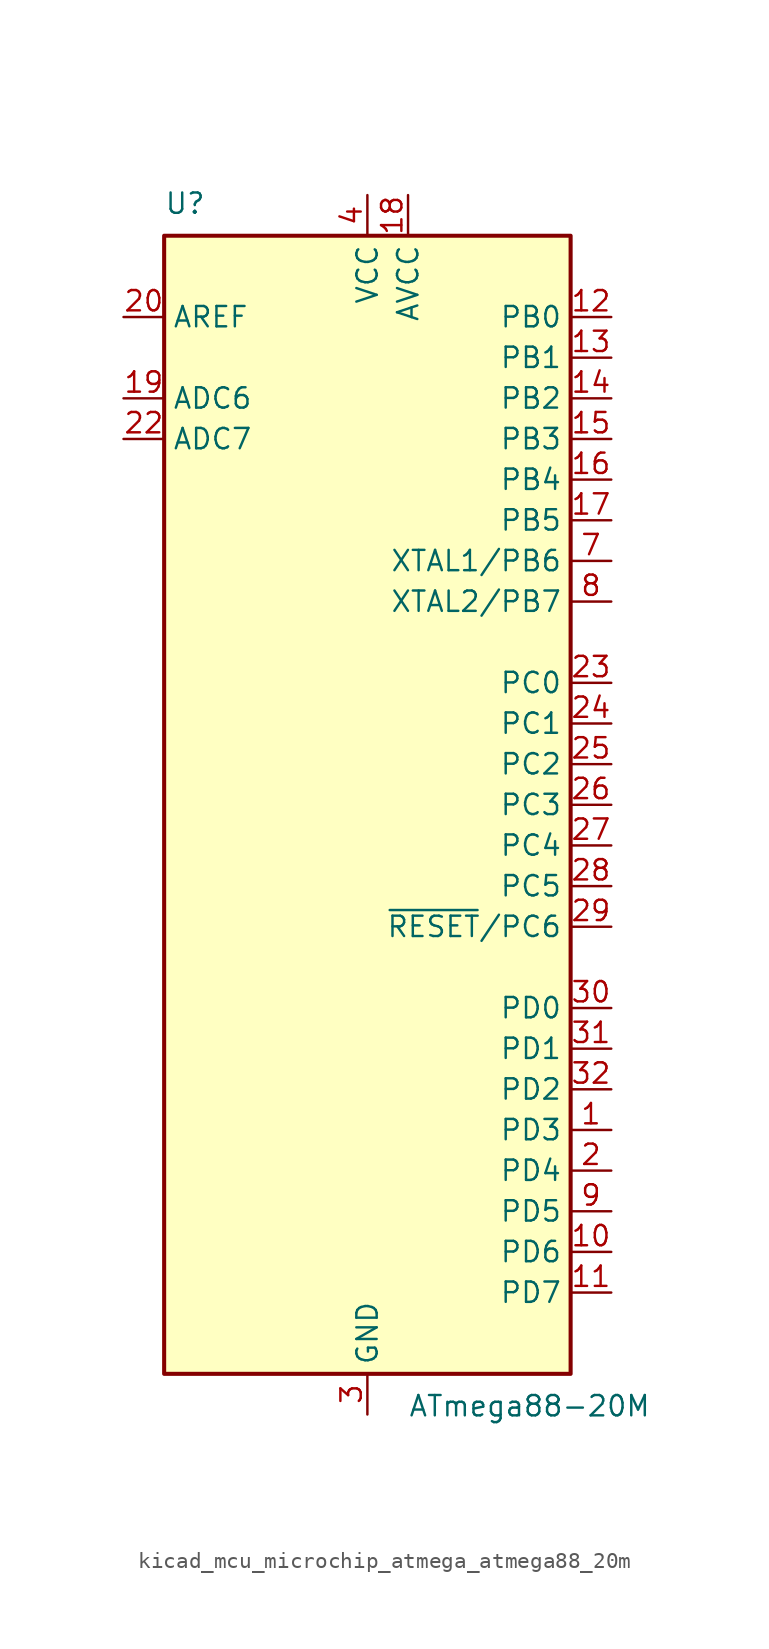
<source format=kicad_sym>
(kicad_symbol_lib
  (version 20220914)
  (generator kicad_symbol_editor)
  (symbol "kicad_mcu_microchip_atmega_atmega88_20m"
    (property "Reference" "U"
      (at -12.7 36.83 0)
      (effects (font (size 1.27 1.27)) (justify left bottom)))
    (property "Value" "ATmega88-20M"
      (at 2.54 -36.83 0)
      (effects (font (size 1.27 1.27)) (justify left top)))
    (symbol "kicad_mcu_microchip_atmega_atmega88_20m_0_1"
      (rectangle (start -12.7 -35.56) (end 12.7 35.56) (stroke (width 0.254) (type default)) (fill (type background))))
    (symbol "kicad_mcu_microchip_atmega_atmega88_20m_1_1"
      (pin bidirectional line (at 15.24 -20.32 180) (length 2.54) (name "PD3" (effects (font (size 1.27 1.27)))) (number "1" (effects (font (size 1.27 1.27)))))
      (pin bidirectional line (at 15.24 -27.94 180) (length 2.54) (name "PD6" (effects (font (size 1.27 1.27)))) (number "10" (effects (font (size 1.27 1.27)))))
      (pin bidirectional line (at 15.24 -30.48 180) (length 2.54) (name "PD7" (effects (font (size 1.27 1.27)))) (number "11" (effects (font (size 1.27 1.27)))))
      (pin bidirectional line (at 15.24 30.48 180) (length 2.54) (name "PB0" (effects (font (size 1.27 1.27)))) (number "12" (effects (font (size 1.27 1.27)))))
      (pin bidirectional line (at 15.24 27.94 180) (length 2.54) (name "PB1" (effects (font (size 1.27 1.27)))) (number "13" (effects (font (size 1.27 1.27)))))
      (pin bidirectional line (at 15.24 25.4 180) (length 2.54) (name "PB2" (effects (font (size 1.27 1.27)))) (number "14" (effects (font (size 1.27 1.27)))))
      (pin bidirectional line (at 15.24 22.86 180) (length 2.54) (name "PB3" (effects (font (size 1.27 1.27)))) (number "15" (effects (font (size 1.27 1.27)))))
      (pin bidirectional line (at 15.24 20.32 180) (length 2.54) (name "PB4" (effects (font (size 1.27 1.27)))) (number "16" (effects (font (size 1.27 1.27)))))
      (pin bidirectional line (at 15.24 17.78 180) (length 2.54) (name "PB5" (effects (font (size 1.27 1.27)))) (number "17" (effects (font (size 1.27 1.27)))))
      (pin power_in line (at 2.54 38.1 270) (length 2.54) (name "AVCC" (effects (font (size 1.27 1.27)))) (number "18" (effects (font (size 1.27 1.27)))))
      (pin input line (at -15.24 25.4 0) (length 2.54) (name "ADC6" (effects (font (size 1.27 1.27)))) (number "19" (effects (font (size 1.27 1.27)))))
      (pin bidirectional line (at 15.24 -22.86 180) (length 2.54) (name "PD4" (effects (font (size 1.27 1.27)))) (number "2" (effects (font (size 1.27 1.27)))))
      (pin passive line (at -15.24 30.48 0) (length 2.54) (name "AREF" (effects (font (size 1.27 1.27)))) (number "20" (effects (font (size 1.27 1.27)))))
      (pin passive line (at 0 -38.1 90) (length 2.54) hide (name "GND" (effects (font (size 1.27 1.27)))) (number "21" (effects (font (size 1.27 1.27)))))
      (pin input line (at -15.24 22.86 0) (length 2.54) (name "ADC7" (effects (font (size 1.27 1.27)))) (number "22" (effects (font (size 1.27 1.27)))))
      (pin bidirectional line (at 15.24 7.62 180) (length 2.54) (name "PC0" (effects (font (size 1.27 1.27)))) (number "23" (effects (font (size 1.27 1.27)))))
      (pin bidirectional line (at 15.24 5.08 180) (length 2.54) (name "PC1" (effects (font (size 1.27 1.27)))) (number "24" (effects (font (size 1.27 1.27)))))
      (pin bidirectional line (at 15.24 2.54 180) (length 2.54) (name "PC2" (effects (font (size 1.27 1.27)))) (number "25" (effects (font (size 1.27 1.27)))))
      (pin bidirectional line (at 15.24 0 180) (length 2.54) (name "PC3" (effects (font (size 1.27 1.27)))) (number "26" (effects (font (size 1.27 1.27)))))
      (pin bidirectional line (at 15.24 -2.54 180) (length 2.54) (name "PC4" (effects (font (size 1.27 1.27)))) (number "27" (effects (font (size 1.27 1.27)))))
      (pin bidirectional line (at 15.24 -5.08 180) (length 2.54) (name "PC5" (effects (font (size 1.27 1.27)))) (number "28" (effects (font (size 1.27 1.27)))))
      (pin bidirectional line (at 15.24 -7.62 180) (length 2.54) (name "~{RESET}/PC6" (effects (font (size 1.27 1.27)))) (number "29" (effects (font (size 1.27 1.27)))))
      (pin power_in line (at 0 -38.1 90) (length 2.54) (name "GND" (effects (font (size 1.27 1.27)))) (number "3" (effects (font (size 1.27 1.27)))))
      (pin bidirectional line (at 15.24 -12.7 180) (length 2.54) (name "PD0" (effects (font (size 1.27 1.27)))) (number "30" (effects (font (size 1.27 1.27)))))
      (pin bidirectional line (at 15.24 -15.24 180) (length 2.54) (name "PD1" (effects (font (size 1.27 1.27)))) (number "31" (effects (font (size 1.27 1.27)))))
      (pin bidirectional line (at 15.24 -17.78 180) (length 2.54) (name "PD2" (effects (font (size 1.27 1.27)))) (number "32" (effects (font (size 1.27 1.27)))))
      (pin passive line (at 0 -38.1 90) (length 2.54) hide (name "GND" (effects (font (size 1.27 1.27)))) (number "33" (effects (font (size 1.27 1.27)))))
      (pin power_in line (at 0 38.1 270) (length 2.54) (name "VCC" (effects (font (size 1.27 1.27)))) (number "4" (effects (font (size 1.27 1.27)))))
      (pin passive line (at 0 -38.1 90) (length 2.54) hide (name "GND" (effects (font (size 1.27 1.27)))) (number "5" (effects (font (size 1.27 1.27)))))
      (pin passive line (at 0 38.1 270) (length 2.54) hide (name "VCC" (effects (font (size 1.27 1.27)))) (number "6" (effects (font (size 1.27 1.27)))))
      (pin bidirectional line (at 15.24 15.24 180) (length 2.54) (name "XTAL1/PB6" (effects (font (size 1.27 1.27)))) (number "7" (effects (font (size 1.27 1.27)))))
      (pin bidirectional line (at 15.24 12.7 180) (length 2.54) (name "XTAL2/PB7" (effects (font (size 1.27 1.27)))) (number "8" (effects (font (size 1.27 1.27)))))
      (pin bidirectional line (at 15.24 -25.4 180) (length 2.54) (name "PD5" (effects (font (size 1.27 1.27)))) (number "9" (effects (font (size 1.27 1.27))))))))
</source>
